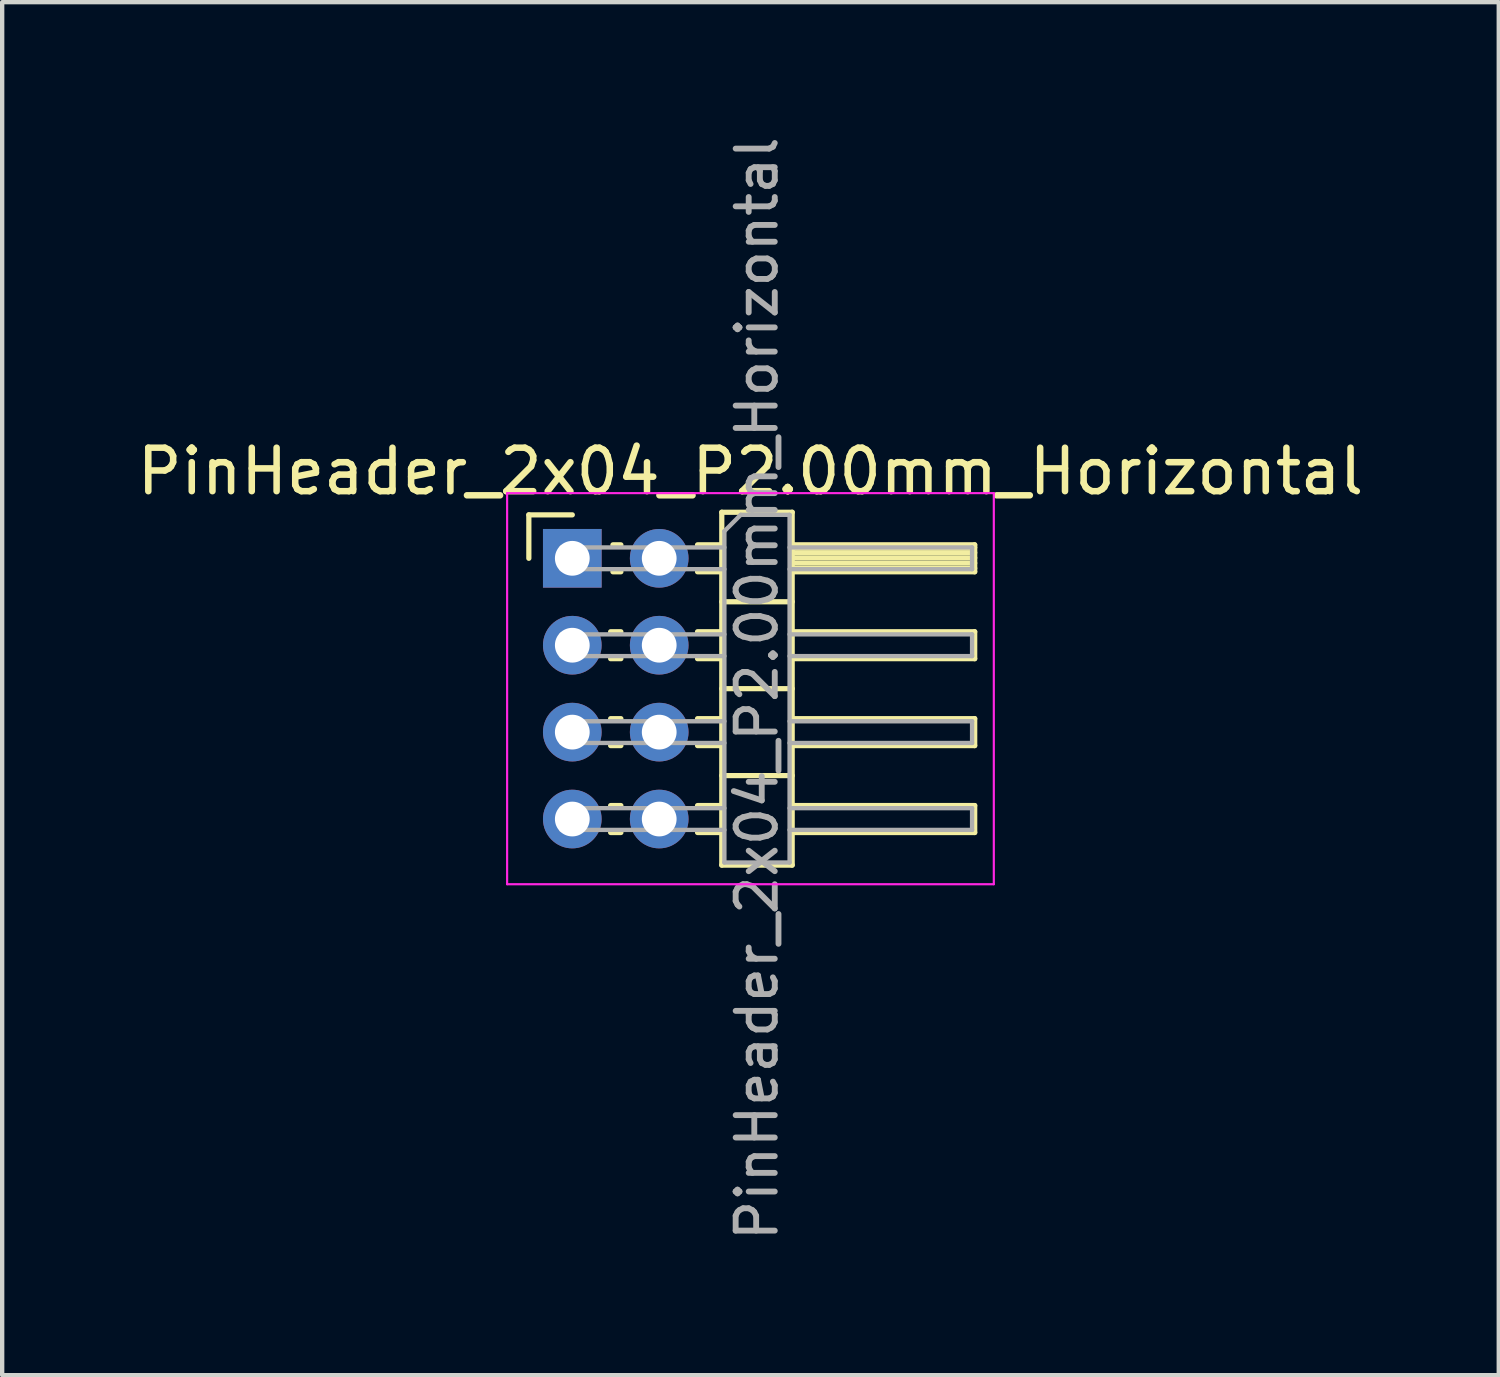
<source format=kicad_pcb>
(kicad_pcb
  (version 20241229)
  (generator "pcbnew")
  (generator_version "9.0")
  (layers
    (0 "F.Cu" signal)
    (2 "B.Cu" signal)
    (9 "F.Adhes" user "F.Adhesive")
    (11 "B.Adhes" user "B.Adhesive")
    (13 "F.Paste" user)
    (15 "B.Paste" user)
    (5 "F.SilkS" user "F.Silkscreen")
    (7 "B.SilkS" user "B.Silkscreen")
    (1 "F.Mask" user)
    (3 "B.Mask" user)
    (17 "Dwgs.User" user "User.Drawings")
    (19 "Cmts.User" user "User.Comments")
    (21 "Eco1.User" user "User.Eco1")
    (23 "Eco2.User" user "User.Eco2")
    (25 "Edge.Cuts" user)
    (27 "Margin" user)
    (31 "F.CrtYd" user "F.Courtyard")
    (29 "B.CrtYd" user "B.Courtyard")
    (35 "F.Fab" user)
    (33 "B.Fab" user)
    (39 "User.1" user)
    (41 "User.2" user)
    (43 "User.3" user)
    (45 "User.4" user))
  (footprint "PinHeader_2x04_P2.00mm_Horizontal"
    (layer "F.Cu")
    (at 10.12 9.798)
    (property "Reference" "PinHeader_2x04_P2.00mm_Horizontal" (at 4.1 -2 0) (layer "F.SilkS") (effects (font (size 1 1) (thickness 0.15))))
    (attr through_hole)
    (fp_line (start -1 -1) (end 0 -1) (stroke (width 0.12) (type solid)) (layer "F.SilkS"))
    (fp_line (start -1 0) (end -1 -1) (stroke (width 0.12) (type solid)) (layer "F.SilkS"))
    (fp_line (start 0.882 1.69) (end 1.118 1.69) (stroke (width 0.12) (type solid)) (layer "F.SilkS"))
    (fp_line (start 0.882 2.31) (end 1.118 2.31) (stroke (width 0.12) (type solid)) (layer "F.SilkS"))
    (fp_line (start 0.882 3.69) (end 1.118 3.69) (stroke (width 0.12) (type solid)) (layer "F.SilkS"))
    (fp_line (start 0.882 4.31) (end 1.118 4.31) (stroke (width 0.12) (type solid)) (layer "F.SilkS"))
    (fp_line (start 0.882 5.69) (end 1.118 5.69) (stroke (width 0.12) (type solid)) (layer "F.SilkS"))
    (fp_line (start 0.882 6.31) (end 1.118 6.31) (stroke (width 0.12) (type solid)) (layer "F.SilkS"))
    (fp_line (start 0.935 -0.31) (end 1.118 -0.31) (stroke (width 0.12) (type solid)) (layer "F.SilkS"))
    (fp_line (start 0.935 0.31) (end 1.118 0.31) (stroke (width 0.12) (type solid)) (layer "F.SilkS"))
    (fp_line (start 2.882 -0.31) (end 3.44 -0.31) (stroke (width 0.12) (type solid)) (layer "F.SilkS"))
    (fp_line (start 2.882 0.31) (end 3.44 0.31) (stroke (width 0.12) (type solid)) (layer "F.SilkS"))
    (fp_line (start 2.882 1.69) (end 3.44 1.69) (stroke (width 0.12) (type solid)) (layer "F.SilkS"))
    (fp_line (start 2.882 2.31) (end 3.44 2.31) (stroke (width 0.12) (type solid)) (layer "F.SilkS"))
    (fp_line (start 2.882 3.69) (end 3.44 3.69) (stroke (width 0.12) (type solid)) (layer "F.SilkS"))
    (fp_line (start 2.882 4.31) (end 3.44 4.31) (stroke (width 0.12) (type solid)) (layer "F.SilkS"))
    (fp_line (start 2.882 5.69) (end 3.44 5.69) (stroke (width 0.12) (type solid)) (layer "F.SilkS"))
    (fp_line (start 2.882 6.31) (end 3.44 6.31) (stroke (width 0.12) (type solid)) (layer "F.SilkS"))
    (fp_line (start 3.44 -1.06) (end 3.44 7.06) (stroke (width 0.12) (type solid)) (layer "F.SilkS"))
    (fp_line (start 3.44 1) (end 5.06 1) (stroke (width 0.12) (type solid)) (layer "F.SilkS"))
    (fp_line (start 3.44 3) (end 5.06 3) (stroke (width 0.12) (type solid)) (layer "F.SilkS"))
    (fp_line (start 3.44 5) (end 5.06 5) (stroke (width 0.12) (type solid)) (layer "F.SilkS"))
    (fp_line (start 3.44 7.06) (end 5.06 7.06) (stroke (width 0.12) (type solid)) (layer "F.SilkS"))
    (fp_line (start 5.06 -1.06) (end 3.44 -1.06) (stroke (width 0.12) (type solid)) (layer "F.SilkS"))
    (fp_line (start 5.06 -0.31) (end 9.26 -0.31) (stroke (width 0.12) (type solid)) (layer "F.SilkS"))
    (fp_line (start 5.06 -0.25) (end 9.26 -0.25) (stroke (width 0.12) (type solid)) (layer "F.SilkS"))
    (fp_line (start 5.06 -0.13) (end 9.26 -0.13) (stroke (width 0.12) (type solid)) (layer "F.SilkS"))
    (fp_line (start 5.06 -0.01) (end 9.26 -0.01) (stroke (width 0.12) (type solid)) (layer "F.SilkS"))
    (fp_line (start 5.06 0.11) (end 9.26 0.11) (stroke (width 0.12) (type solid)) (layer "F.SilkS"))
    (fp_line (start 5.06 0.23) (end 9.26 0.23) (stroke (width 0.12) (type solid)) (layer "F.SilkS"))
    (fp_line (start 5.06 1.69) (end 9.26 1.69) (stroke (width 0.12) (type solid)) (layer "F.SilkS"))
    (fp_line (start 5.06 3.69) (end 9.26 3.69) (stroke (width 0.12) (type solid)) (layer "F.SilkS"))
    (fp_line (start 5.06 5.69) (end 9.26 5.69) (stroke (width 0.12) (type solid)) (layer "F.SilkS"))
    (fp_line (start 5.06 7.06) (end 5.06 -1.06) (stroke (width 0.12) (type solid)) (layer "F.SilkS"))
    (fp_line (start 9.26 -0.31) (end 9.26 0.31) (stroke (width 0.12) (type solid)) (layer "F.SilkS"))
    (fp_line (start 9.26 0.31) (end 5.06 0.31) (stroke (width 0.12) (type solid)) (layer "F.SilkS"))
    (fp_line (start 9.26 1.69) (end 9.26 2.31) (stroke (width 0.12) (type solid)) (layer "F.SilkS"))
    (fp_line (start 9.26 2.31) (end 5.06 2.31) (stroke (width 0.12) (type solid)) (layer "F.SilkS"))
    (fp_line (start 9.26 3.69) (end 9.26 4.31) (stroke (width 0.12) (type solid)) (layer "F.SilkS"))
    (fp_line (start 9.26 4.31) (end 5.06 4.31) (stroke (width 0.12) (type solid)) (layer "F.SilkS"))
    (fp_line (start 9.26 5.69) (end 9.26 6.31) (stroke (width 0.12) (type solid)) (layer "F.SilkS"))
    (fp_line (start 9.26 6.31) (end 5.06 6.31) (stroke (width 0.12) (type solid)) (layer "F.SilkS"))
    (fp_line (start -1.5 -1.5) (end -1.5 7.5) (stroke (width 0.05) (type solid)) (layer "F.CrtYd"))
    (fp_line (start -1.5 7.5) (end 9.7 7.5) (stroke (width 0.05) (type solid)) (layer "F.CrtYd"))
    (fp_line (start 9.7 -1.5) (end -1.5 -1.5) (stroke (width 0.05) (type solid)) (layer "F.CrtYd"))
    (fp_line (start 9.7 7.5) (end 9.7 -1.5) (stroke (width 0.05) (type solid)) (layer "F.CrtYd"))
    (fp_line (start -0.25 -0.25) (end -0.25 0.25) (stroke (width 0.1) (type solid)) (layer "F.Fab"))
    (fp_line (start -0.25 -0.25) (end 3.5 -0.25) (stroke (width 0.1) (type solid)) (layer "F.Fab"))
    (fp_line (start -0.25 0.25) (end 3.5 0.25) (stroke (width 0.1) (type solid)) (layer "F.Fab"))
    (fp_line (start -0.25 1.75) (end -0.25 2.25) (stroke (width 0.1) (type solid)) (layer "F.Fab"))
    (fp_line (start -0.25 1.75) (end 3.5 1.75) (stroke (width 0.1) (type solid)) (layer "F.Fab"))
    (fp_line (start -0.25 2.25) (end 3.5 2.25) (stroke (width 0.1) (type solid)) (layer "F.Fab"))
    (fp_line (start -0.25 3.75) (end -0.25 4.25) (stroke (width 0.1) (type solid)) (layer "F.Fab"))
    (fp_line (start -0.25 3.75) (end 3.5 3.75) (stroke (width 0.1) (type solid)) (layer "F.Fab"))
    (fp_line (start -0.25 4.25) (end 3.5 4.25) (stroke (width 0.1) (type solid)) (layer "F.Fab"))
    (fp_line (start -0.25 5.75) (end -0.25 6.25) (stroke (width 0.1) (type solid)) (layer "F.Fab"))
    (fp_line (start -0.25 5.75) (end 3.5 5.75) (stroke (width 0.1) (type solid)) (layer "F.Fab"))
    (fp_line (start -0.25 6.25) (end 3.5 6.25) (stroke (width 0.1) (type solid)) (layer "F.Fab"))
    (fp_line (start 3.5 -0.625) (end 3.875 -1) (stroke (width 0.1) (type solid)) (layer "F.Fab"))
    (fp_line (start 3.5 7) (end 3.5 -0.625) (stroke (width 0.1) (type solid)) (layer "F.Fab"))
    (fp_line (start 3.875 -1) (end 5 -1) (stroke (width 0.1) (type solid)) (layer "F.Fab"))
    (fp_line (start 5 -1) (end 5 7) (stroke (width 0.1) (type solid)) (layer "F.Fab"))
    (fp_line (start 5 -0.25) (end 9.2 -0.25) (stroke (width 0.1) (type solid)) (layer "F.Fab"))
    (fp_line (start 5 0.25) (end 9.2 0.25) (stroke (width 0.1) (type solid)) (layer "F.Fab"))
    (fp_line (start 5 1.75) (end 9.2 1.75) (stroke (width 0.1) (type solid)) (layer "F.Fab"))
    (fp_line (start 5 2.25) (end 9.2 2.25) (stroke (width 0.1) (type solid)) (layer "F.Fab"))
    (fp_line (start 5 3.75) (end 9.2 3.75) (stroke (width 0.1) (type solid)) (layer "F.Fab"))
    (fp_line (start 5 4.25) (end 9.2 4.25) (stroke (width 0.1) (type solid)) (layer "F.Fab"))
    (fp_line (start 5 5.75) (end 9.2 5.75) (stroke (width 0.1) (type solid)) (layer "F.Fab"))
    (fp_line (start 5 6.25) (end 9.2 6.25) (stroke (width 0.1) (type solid)) (layer "F.Fab"))
    (fp_line (start 5 7) (end 3.5 7) (stroke (width 0.1) (type solid)) (layer "F.Fab"))
    (fp_line (start 9.2 -0.25) (end 9.2 0.25) (stroke (width 0.1) (type solid)) (layer "F.Fab"))
    (fp_line (start 9.2 1.75) (end 9.2 2.25) (stroke (width 0.1) (type solid)) (layer "F.Fab"))
    (fp_line (start 9.2 3.75) (end 9.2 4.25) (stroke (width 0.1) (type solid)) (layer "F.Fab"))
    (fp_line (start 9.2 5.75) (end 9.2 6.25) (stroke (width 0.1) (type solid)) (layer "F.Fab"))
    (fp_text user "${REFERENCE}" (at 4.25 3 90) (layer "F.Fab") (effects (font (size 0.9 0.9) (thickness 0.135))))
    (pad "1" thru_hole rect (at 0 0) (size 1.35 1.35) (drill 0.8) (layers "*.Cu" "*.Mask"))
    (pad "2" thru_hole oval (at 2 0) (size 1.35 1.35) (drill 0.8) (layers "*.Cu" "*.Mask"))
    (pad "3" thru_hole oval (at 0 2) (size 1.35 1.35) (drill 0.8) (layers "*.Cu" "*.Mask"))
    (pad "4" thru_hole oval (at 2 2) (size 1.35 1.35) (drill 0.8) (layers "*.Cu" "*.Mask"))
    (pad "5" thru_hole oval (at 0 4) (size 1.35 1.35) (drill 0.8) (layers "*.Cu" "*.Mask"))
    (pad "6" thru_hole oval (at 2 4) (size 1.35 1.35) (drill 0.8) (layers "*.Cu" "*.Mask"))
    (pad "7" thru_hole oval (at 0 6) (size 1.35 1.35) (drill 0.8) (layers "*.Cu" "*.Mask"))
    (pad "8" thru_hole oval (at 2 6) (size 1.35 1.35) (drill 0.8) (layers "*.Cu" "*.Mask")))
  (gr_rect
    (start -3 -3)
    (end 31.44 28.596)
    (stroke (width 0.1) (type default))
    (fill no)
    (layer "Edge.Cuts")))
</source>
